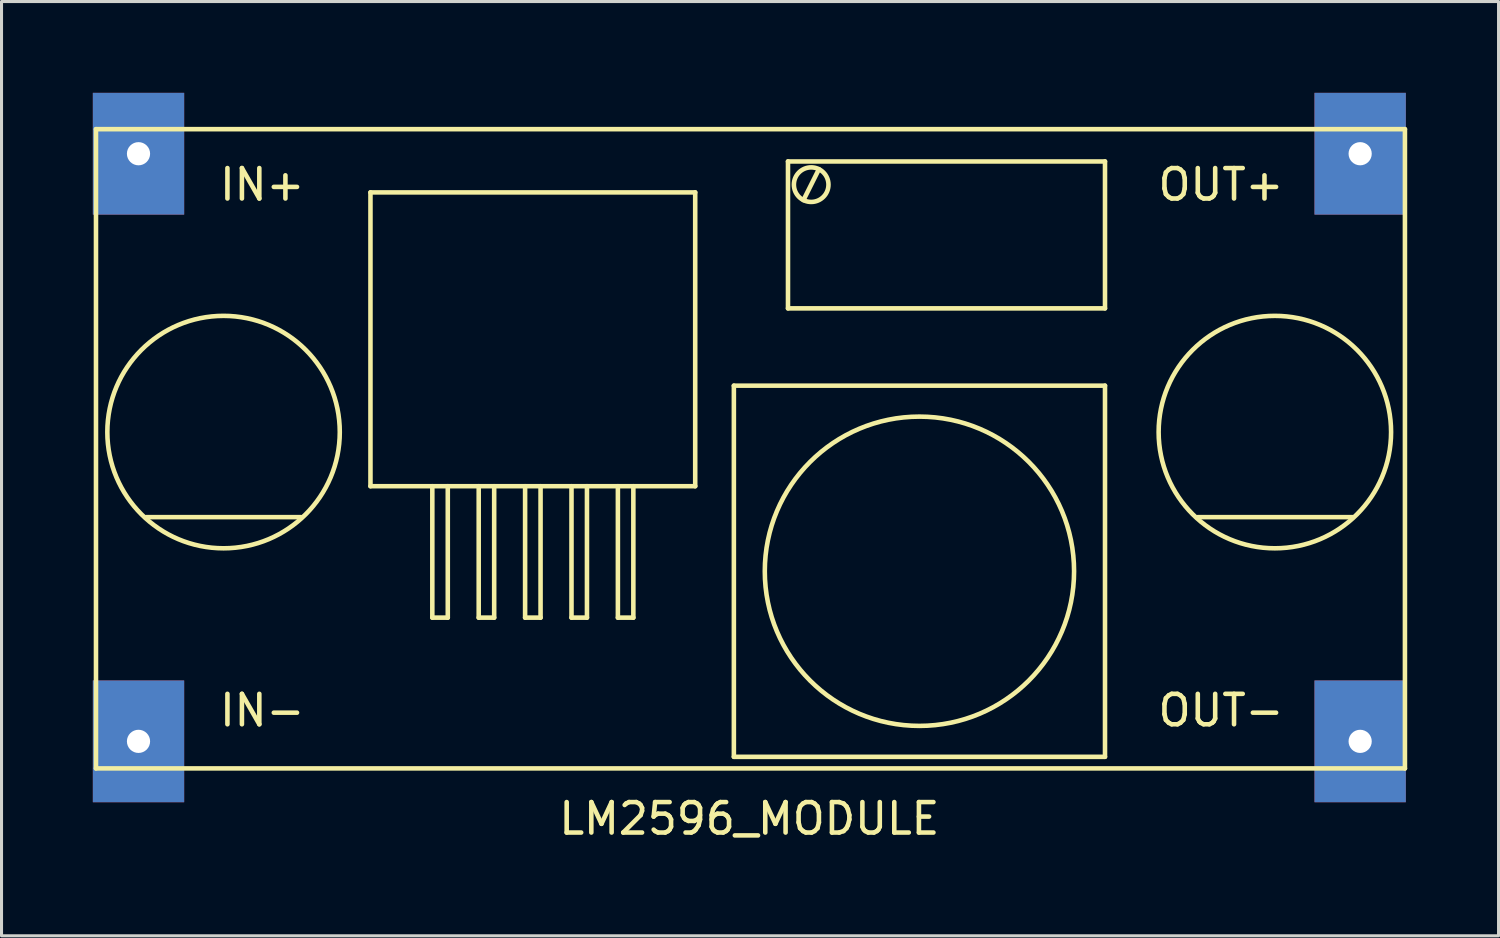
<source format=kicad_pcb>
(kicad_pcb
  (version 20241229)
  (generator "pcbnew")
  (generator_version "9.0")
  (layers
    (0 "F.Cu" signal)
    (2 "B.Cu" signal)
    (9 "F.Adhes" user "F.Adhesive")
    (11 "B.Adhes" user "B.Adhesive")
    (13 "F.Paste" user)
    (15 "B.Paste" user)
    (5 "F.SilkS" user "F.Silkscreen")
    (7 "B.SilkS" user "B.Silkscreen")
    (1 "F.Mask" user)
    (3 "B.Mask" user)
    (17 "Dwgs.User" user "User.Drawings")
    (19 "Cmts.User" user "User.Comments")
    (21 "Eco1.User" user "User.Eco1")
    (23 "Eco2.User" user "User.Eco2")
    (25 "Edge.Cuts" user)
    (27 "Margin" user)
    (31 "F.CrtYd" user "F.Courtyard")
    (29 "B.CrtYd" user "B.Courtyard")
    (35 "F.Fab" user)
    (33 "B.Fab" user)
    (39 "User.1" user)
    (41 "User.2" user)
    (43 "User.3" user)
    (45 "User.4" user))
  (footprint "LM2596_MODULE"
    (layer "F.Cu")
    (at 21.566 11.652)
    (property "Reference" "LM2596_MODULE" (at 0 12.192 0) (layer "F.SilkS") (effects (font (size 1 1) (thickness 0.15))))
    (attr through_hole)
    (fp_line (start -21.463 -10.459) (end 21.537 -10.459) (stroke (width 0.15) (type solid)) (layer "F.SilkS"))
    (fp_line (start -21.463 10.541) (end -21.463 -10.459) (stroke (width 0.15) (type solid)) (layer "F.SilkS"))
    (fp_line (start -21.463 10.541) (end 21.537 10.541) (stroke (width 0.15) (type solid)) (layer "F.SilkS"))
    (fp_line (start -19.812 2.286) (end -14.732 2.286) (stroke (width 0.15) (type solid)) (layer "F.SilkS"))
    (fp_line (start -12.446 -8.382) (end -1.778 -8.382) (stroke (width 0.15) (type solid)) (layer "F.SilkS"))
    (fp_line (start -12.446 1.27) (end -12.446 -8.382) (stroke (width 0.15) (type solid)) (layer "F.SilkS"))
    (fp_line (start -10.414 1.27) (end -10.414 5.588) (stroke (width 0.15) (type solid)) (layer "F.SilkS"))
    (fp_line (start -10.414 5.588) (end -9.906 5.588) (stroke (width 0.15) (type solid)) (layer "F.SilkS"))
    (fp_line (start -9.906 5.588) (end -9.906 1.27) (stroke (width 0.15) (type solid)) (layer "F.SilkS"))
    (fp_line (start -8.89 1.27) (end -8.89 5.588) (stroke (width 0.15) (type solid)) (layer "F.SilkS"))
    (fp_line (start -8.89 5.588) (end -8.382 5.588) (stroke (width 0.15) (type solid)) (layer "F.SilkS"))
    (fp_line (start -8.382 5.588) (end -8.382 1.27) (stroke (width 0.15) (type solid)) (layer "F.SilkS"))
    (fp_line (start -7.366 1.27) (end -7.366 5.588) (stroke (width 0.15) (type solid)) (layer "F.SilkS"))
    (fp_line (start -7.366 5.588) (end -6.858 5.588) (stroke (width 0.15) (type solid)) (layer "F.SilkS"))
    (fp_line (start -6.858 5.588) (end -6.858 1.27) (stroke (width 0.15) (type solid)) (layer "F.SilkS"))
    (fp_line (start -5.842 1.27) (end -5.842 5.588) (stroke (width 0.15) (type solid)) (layer "F.SilkS"))
    (fp_line (start -5.842 5.588) (end -5.334 5.588) (stroke (width 0.15) (type solid)) (layer "F.SilkS"))
    (fp_line (start -5.334 5.588) (end -5.334 1.27) (stroke (width 0.15) (type solid)) (layer "F.SilkS"))
    (fp_line (start -4.318 1.27) (end -4.318 5.588) (stroke (width 0.15) (type solid)) (layer "F.SilkS"))
    (fp_line (start -4.318 5.588) (end -3.81 5.588) (stroke (width 0.15) (type solid)) (layer "F.SilkS"))
    (fp_line (start -3.81 5.588) (end -3.81 1.27) (stroke (width 0.15) (type solid)) (layer "F.SilkS"))
    (fp_line (start -1.778 -8.382) (end -1.778 1.27) (stroke (width 0.15) (type solid)) (layer "F.SilkS"))
    (fp_line (start -1.778 1.27) (end -12.446 1.27) (stroke (width 0.15) (type solid)) (layer "F.SilkS"))
    (fp_line (start -0.508 -2.032) (end 11.684 -2.032) (stroke (width 0.15) (type solid)) (layer "F.SilkS"))
    (fp_line (start -0.508 10.16) (end -0.508 -2.032) (stroke (width 0.15) (type solid)) (layer "F.SilkS"))
    (fp_line (start 1.27 -9.398) (end 11.684 -9.398) (stroke (width 0.15) (type solid)) (layer "F.SilkS"))
    (fp_line (start 1.27 -4.572) (end 1.27 -9.398) (stroke (width 0.15) (type solid)) (layer "F.SilkS"))
    (fp_line (start 1.778 -8.128) (end 2.286 -9.144) (stroke (width 0.15) (type solid)) (layer "F.SilkS"))
    (fp_line (start 11.684 -9.398) (end 11.684 -4.572) (stroke (width 0.15) (type solid)) (layer "F.SilkS"))
    (fp_line (start 11.684 -4.572) (end 1.27 -4.572) (stroke (width 0.15) (type solid)) (layer "F.SilkS"))
    (fp_line (start 11.684 -2.032) (end 11.684 10.16) (stroke (width 0.15) (type solid)) (layer "F.SilkS"))
    (fp_line (start 11.684 10.16) (end -0.508 10.16) (stroke (width 0.15) (type solid)) (layer "F.SilkS"))
    (fp_line (start 14.732 2.286) (end 19.812 2.286) (stroke (width 0.15) (type solid)) (layer "F.SilkS"))
    (fp_line (start 21.537 10.541) (end 21.537 -10.459) (stroke (width 0.15) (type solid)) (layer "F.SilkS"))
    (fp_circle (center -17.272 -0.508) (end -13.454 -0.508) (stroke (width 0.15) (type solid)) (fill no) (layer "F.SilkS"))
    (fp_circle (center 2.032 -8.636) (end 2.54 -8.382) (stroke (width 0.15) (type solid)) (fill no) (layer "F.SilkS"))
    (fp_circle (center 5.588 4.064) (end 10.668 4.064) (stroke (width 0.15) (type solid)) (fill no) (layer "F.SilkS"))
    (fp_circle (center 17.264 -0.508) (end 21.082 -0.508) (stroke (width 0.15) (type solid)) (fill no) (layer "F.SilkS"))
    (fp_text user "IN+" (at -16.002 -8.636 0) (layer "F.SilkS") (effects (font (size 1 1) (thickness 0.15))))
    (fp_text user "OUT+" (at 15.494 -8.636 0) (layer "F.SilkS") (effects (font (size 1 1) (thickness 0.15))))
    (fp_text user "OUT-" (at 15.494 8.636 0) (layer "F.SilkS") (effects (font (size 1 1) (thickness 0.15))))
    (fp_text user "IN-" (at -16.002 8.636 0) (layer "F.SilkS") (effects (font (size 1 1) (thickness 0.15))))
    (pad "1" thru_hole rect (at -20.066 -9.652) (size 3 4) (drill 0.762) (layers "*.Cu" "*.Mask"))
    (pad "2" thru_hole rect (at -20.066 9.652) (size 3 4) (drill 0.762) (layers "*.Cu" "*.Mask"))
    (pad "3" thru_hole rect (at 20.066 9.652) (size 3 4) (drill 0.762) (layers "*.Cu" "*.Mask"))
    (pad "4" thru_hole rect (at 20.066 -9.652) (size 3 4) (drill 0.762) (layers "*.Cu" "*.Mask")))
  (gr_rect
    (start -3 -3)
    (end 46.178 27.692)
    (stroke (width 0.1) (type default))
    (fill no)
    (layer "Edge.Cuts")))
</source>
